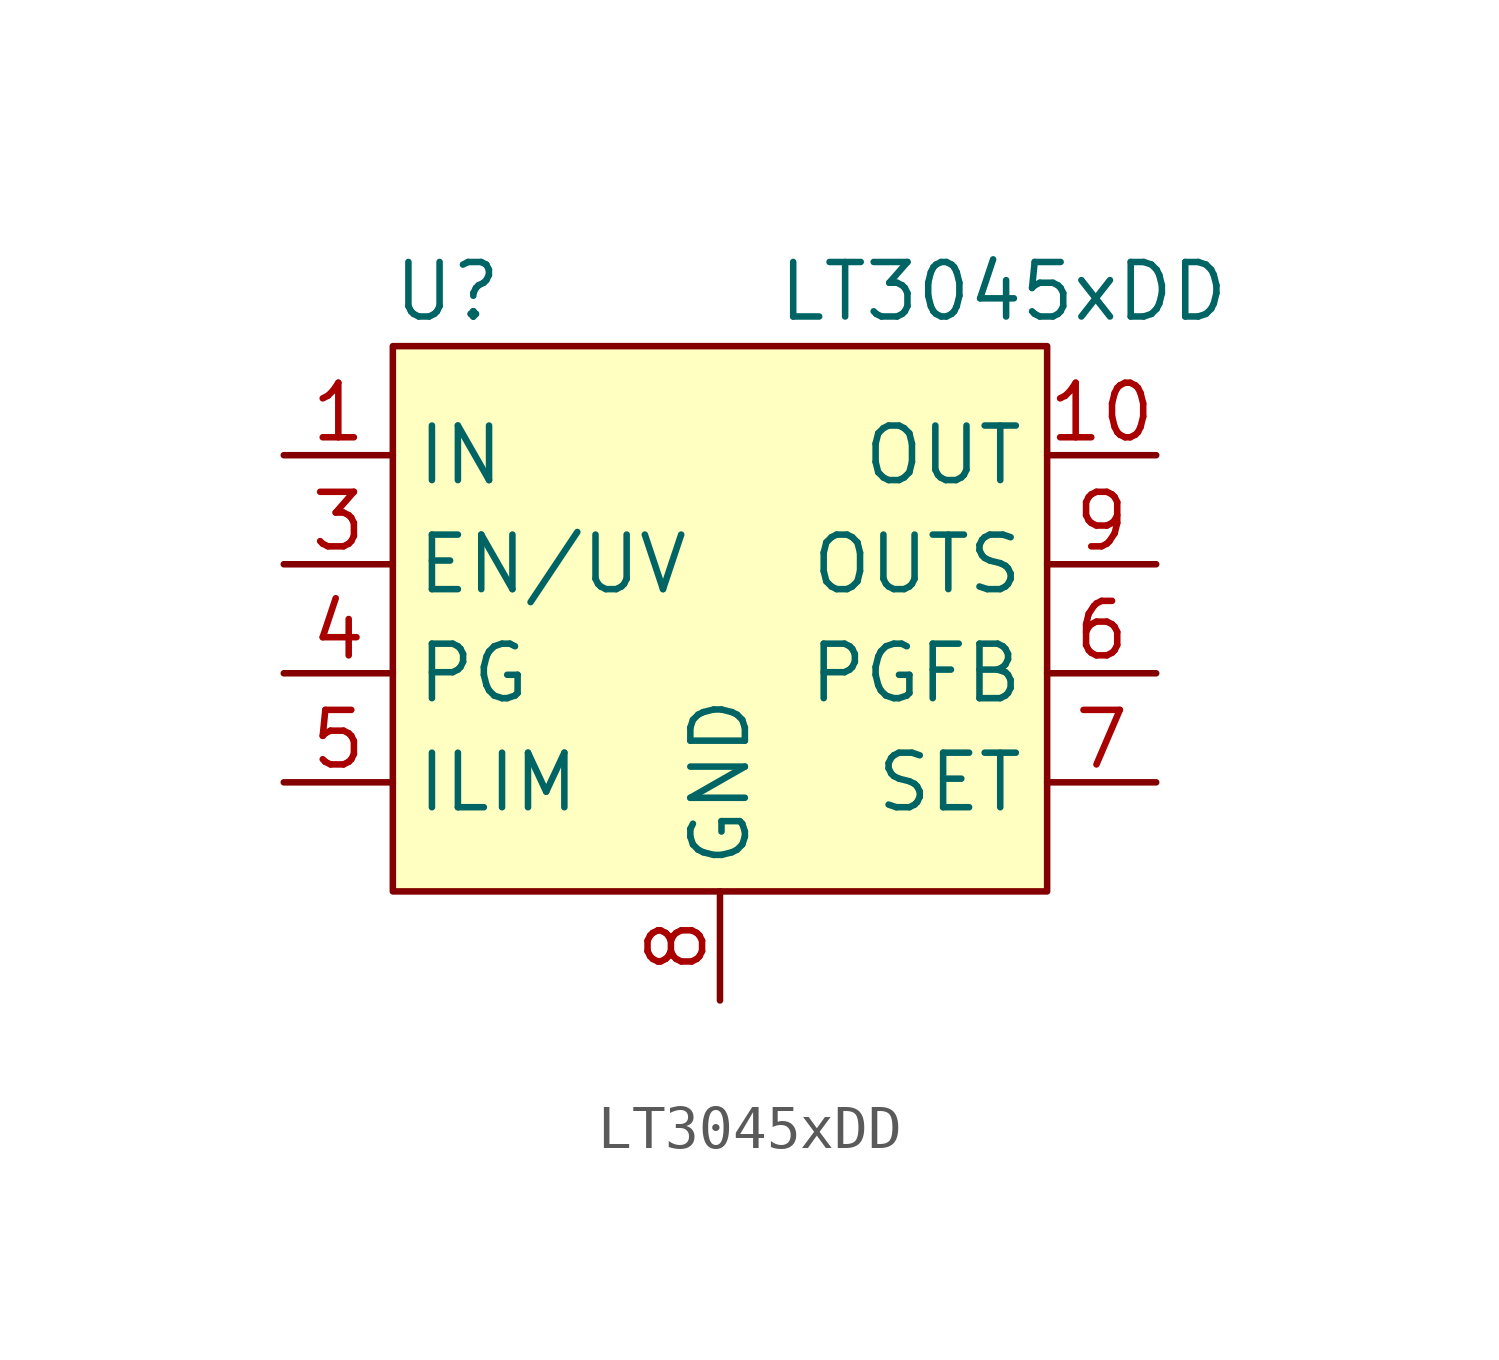
<source format=kicad_sym>
(kicad_symbol_lib
  (version 20231120)
  (generator "kicad_symbol_editor")
  (generator_version "8.0")
  (symbol "LT3045xDD"
    (property "Reference" "U"
      (at -6.35 8.89 0)
      (effects (font (size 1.27 1.27))))
    (property "Value" "LT3045xDD"
      (at 6.604 8.89 0)
      (effects (font (size 1.27 1.27))))
    (symbol "LT3045xDD_1_0"
      (pin power_out line (at 10.16 5.08 180) (length 2.54) (name "OUT" (effects (font (size 1.27 1.27)))) (number "10" (effects (font (size 1.27 1.27)))))
      (pin input line (at 10.16 2.54 180) (length 2.54) (name "OUTS" (effects (font (size 1.27 1.27)))) (number "9" (effects (font (size 1.27 1.27))))))
    (symbol "LT3045xDD_1_1"
      (rectangle (start -7.62 7.62) (end 7.62 -5.08) (stroke (width 0) (type default)) (fill (type background)))
      (pin power_in line (at -10.16 5.08 0) (length 2.54) (name "IN" (effects (font (size 1.27 1.27)))) (number "1" (effects (font (size 1.27 1.27)))))
      (pin power_in line (at 0 -7.62 90) (length 2.54) hide (name "GND" (effects (font (size 1.27 1.27)))) (number "11" (effects (font (size 1.27 1.27)))))
      (pin power_in line (at -10.16 5.08 0) (length 2.54) hide (name "IN" (effects (font (size 1.27 1.27)))) (number "2" (effects (font (size 1.27 1.27)))))
      (pin input line (at -10.16 2.54 0) (length 2.54) (name "EN/UV" (effects (font (size 1.27 1.27)))) (number "3" (effects (font (size 1.27 1.27)))))
      (pin open_collector line (at -10.16 0 0) (length 2.54) (name "PG" (effects (font (size 1.27 1.27)))) (number "4" (effects (font (size 1.27 1.27)))))
      (pin passive line (at -10.16 -2.54 0) (length 2.54) (name "ILIM" (effects (font (size 1.27 1.27)))) (number "5" (effects (font (size 1.27 1.27)))))
      (pin input line (at 10.16 0 180) (length 2.54) (name "PGFB" (effects (font (size 1.27 1.27)))) (number "6" (effects (font (size 1.27 1.27)))))
      (pin passive line (at 10.16 -2.54 180) (length 2.54) (name "SET" (effects (font (size 1.27 1.27)))) (number "7" (effects (font (size 1.27 1.27)))))
      (pin power_in line (at 0 -7.62 90) (length 2.54) (name "GND" (effects (font (size 1.27 1.27)))) (number "8" (effects (font (size 1.27 1.27))))))))
</source>
